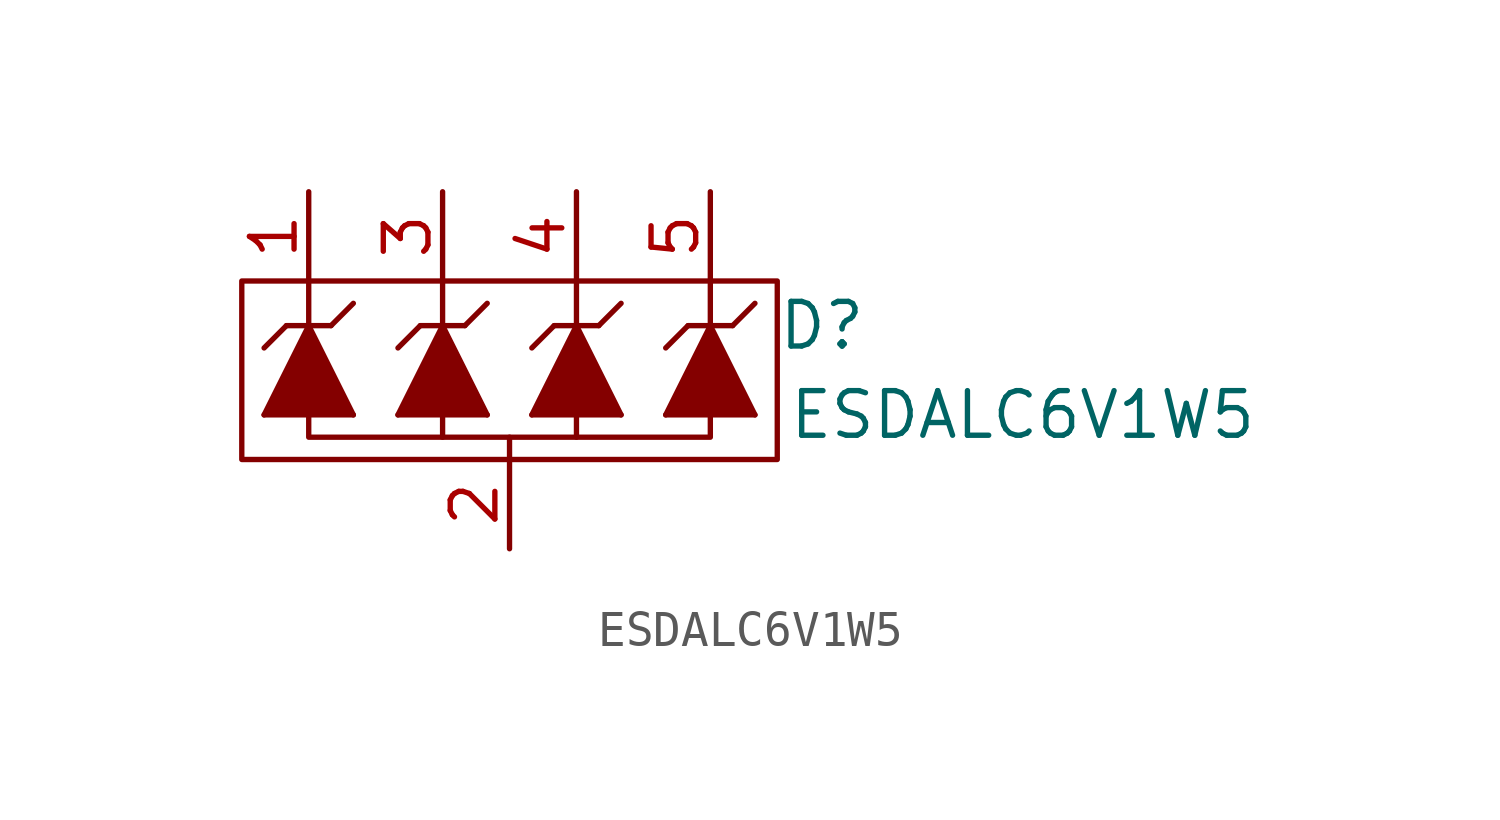
<source format=kicad_sym>
(kicad_symbol_lib
  (version 20211014)
  (generator kicad_symbol_editor)
  (symbol "ESDALC6V1W5"
    (property "Reference" "D"
      (at 8.89 1.27 0)
      (effects (font (size 1.27 1.27))))
    (property "Value" "ESDALC6V1W5"
      (at 14.605 -1.27 0)
      (effects (font (size 1.27 1.27))))
    (symbol "ESDALC6V1W5_0_1"
      (rectangle (start -7.62 2.54) (end 7.62 -2.54) (stroke (width 0) (type default) (color 0 0 0 0)) (fill (type none)))
      (polyline (pts (xy -6.985 -1.27) (xy -4.445 -1.27)) (stroke (width 0) (type default) (color 0 0 0 0)) (fill (type none)))
      (polyline (pts (xy -6.35 1.27) (xy -6.985 0.635)) (stroke (width 0) (type default) (color 0 0 0 0)) (fill (type none)))
      (polyline (pts (xy -6.35 1.27) (xy -5.08 1.27)) (stroke (width 0) (type default) (color 0 0 0 0)) (fill (type none)))
      (polyline (pts (xy -5.715 1.27) (xy -5.715 2.54)) (stroke (width 0) (type default) (color 0 0 0 0)) (fill (type none)))
      (polyline (pts (xy -5.08 1.27) (xy -4.445 1.905)) (stroke (width 0) (type default) (color 0 0 0 0)) (fill (type none)))
      (polyline (pts (xy -3.175 -1.27) (xy -0.635 -1.27)) (stroke (width 0) (type default) (color 0 0 0 0)) (fill (type none)))
      (polyline (pts (xy -2.54 1.27) (xy -3.175 0.635)) (stroke (width 0) (type default) (color 0 0 0 0)) (fill (type none)))
      (polyline (pts (xy -2.54 1.27) (xy -1.27 1.27)) (stroke (width 0) (type default) (color 0 0 0 0)) (fill (type none)))
      (polyline (pts (xy -1.905 -1.27) (xy -1.905 -1.905)) (stroke (width 0) (type default) (color 0 0 0 0)) (fill (type none)))
      (polyline (pts (xy -1.905 1.27) (xy -1.905 2.54)) (stroke (width 0) (type default) (color 0 0 0 0)) (fill (type none)))
      (polyline (pts (xy -1.27 1.27) (xy -0.635 1.905)) (stroke (width 0) (type default) (color 0 0 0 0)) (fill (type none)))
      (polyline (pts (xy 0 -1.905) (xy 0 -2.54)) (stroke (width 0) (type default) (color 0 0 0 0)) (fill (type none)))
      (polyline (pts (xy 0.635 -1.27) (xy 3.175 -1.27)) (stroke (width 0) (type default) (color 0 0 0 0)) (fill (type none)))
      (polyline (pts (xy 1.27 1.27) (xy 0.635 0.635)) (stroke (width 0) (type default) (color 0 0 0 0)) (fill (type none)))
      (polyline (pts (xy 1.27 1.27) (xy 2.54 1.27)) (stroke (width 0) (type default) (color 0 0 0 0)) (fill (type none)))
      (polyline (pts (xy 1.905 -1.27) (xy 1.905 -1.905)) (stroke (width 0) (type default) (color 0 0 0 0)) (fill (type none)))
      (polyline (pts (xy 1.905 1.27) (xy 1.905 2.54)) (stroke (width 0) (type default) (color 0 0 0 0)) (fill (type none)))
      (polyline (pts (xy 2.54 1.27) (xy 3.175 1.905)) (stroke (width 0) (type default) (color 0 0 0 0)) (fill (type none)))
      (polyline (pts (xy 4.445 -1.27) (xy 6.985 -1.27)) (stroke (width 0) (type default) (color 0 0 0 0)) (fill (type none)))
      (polyline (pts (xy 5.08 1.27) (xy 4.445 0.635)) (stroke (width 0) (type default) (color 0 0 0 0)) (fill (type none)))
      (polyline (pts (xy 5.08 1.27) (xy 6.35 1.27)) (stroke (width 0) (type default) (color 0 0 0 0)) (fill (type none)))
      (polyline (pts (xy 5.715 1.27) (xy 5.715 2.54)) (stroke (width 0) (type default) (color 0 0 0 0)) (fill (type none)))
      (polyline (pts (xy 6.35 1.27) (xy 6.985 1.905)) (stroke (width 0) (type default) (color 0 0 0 0)) (fill (type none)))
      (polyline (pts (xy -6.985 -1.27) (xy -5.715 1.27) (xy -4.445 -1.27)) (stroke (width 0) (type default) (color 0 0 0 0)) (fill (type outline)))
      (polyline (pts (xy -3.175 -1.27) (xy -1.905 1.27) (xy -0.635 -1.27)) (stroke (width 0) (type default) (color 0 0 0 0)) (fill (type outline)))
      (polyline (pts (xy 0.635 -1.27) (xy 1.905 1.27) (xy 3.175 -1.27)) (stroke (width 0) (type default) (color 0 0 0 0)) (fill (type outline)))
      (polyline (pts (xy 4.445 -1.27) (xy 5.715 1.27) (xy 6.985 -1.27)) (stroke (width 0) (type default) (color 0 0 0 0)) (fill (type outline)))
      (polyline (pts (xy -5.715 -1.27) (xy -5.715 -1.905) (xy 5.715 -1.905) (xy 5.715 -1.27)) (stroke (width 0) (type default) (color 0 0 0 0)) (fill (type none))))
    (symbol "ESDALC6V1W5_1_1"
      (pin passive line (at -5.715 5.08 270) (length 2.54) (name "" (effects (font (size 1.27 1.27)))) (number "1" (effects (font (size 1.27 1.27)))))
      (pin passive line (at 0 -5.08 90) (length 2.54) (name "" (effects (font (size 1.27 1.27)))) (number "2" (effects (font (size 1.27 1.27)))))
      (pin passive line (at -1.905 5.08 270) (length 2.54) (name "" (effects (font (size 1.27 1.27)))) (number "3" (effects (font (size 1.27 1.27)))))
      (pin passive line (at 1.905 5.08 270) (length 2.54) (name "" (effects (font (size 1.27 1.27)))) (number "4" (effects (font (size 1.27 1.27)))))
      (pin passive line (at 5.715 5.08 270) (length 2.54) (name "" (effects (font (size 1.27 1.27)))) (number "5" (effects (font (size 1.27 1.27))))))))
</source>
